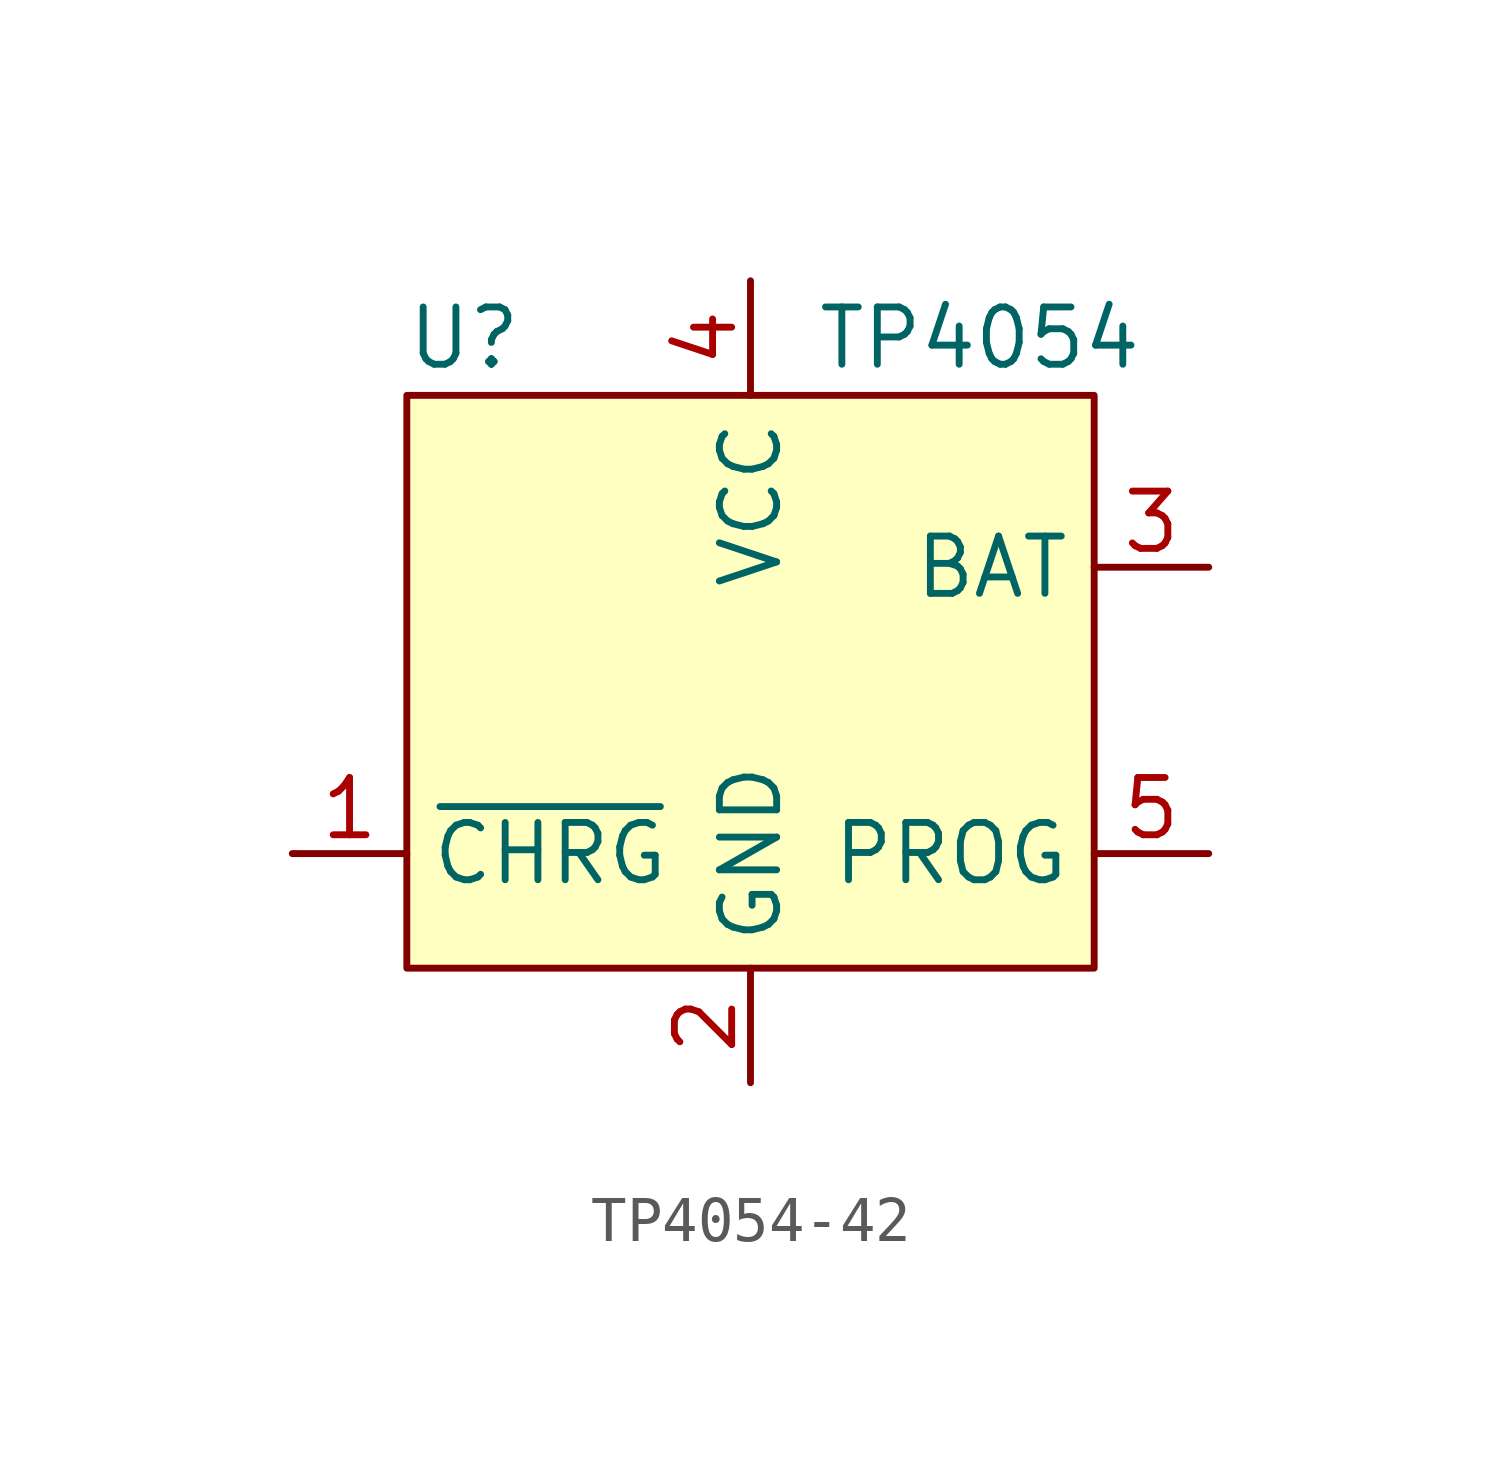
<source format=kicad_sym>
(kicad_symbol_lib
  (version 20220914)
  (generator kicad_symbol_editor)
  (symbol "TP4054-42"
    (property "Reference" "U"
      (at -6.35 7.62 0)
      (effects (font (size 1.27 1.27))))
    (property "Value" "TP4054"
      (at 5.08 7.62 0)
      (effects (font (size 1.27 1.27))))
    (symbol "TP4054-42_1_1"
      (rectangle (start -7.62 6.35) (end 7.62 -6.35) (stroke (width 0) (type default)) (fill (type background)))
      (pin open_collector line (at -10.16 -3.81 0) (length 2.54) (name "~{CHRG}" (effects (font (size 1.27 1.27)))) (number "1" (effects (font (size 1.27 1.27)))))
      (pin power_in line (at 0 -8.89 90) (length 2.54) (name "GND" (effects (font (size 1.27 1.27)))) (number "2" (effects (font (size 1.27 1.27)))))
      (pin power_out line (at 10.16 2.54 180) (length 2.54) (name "BAT" (effects (font (size 1.27 1.27)))) (number "3" (effects (font (size 1.27 1.27)))))
      (pin power_in line (at 0 8.89 270) (length 2.54) (name "VCC" (effects (font (size 1.27 1.27)))) (number "4" (effects (font (size 1.27 1.27)))))
      (pin passive line (at 10.16 -3.81 180) (length 2.54) (name "PROG" (effects (font (size 1.27 1.27)))) (number "5" (effects (font (size 1.27 1.27))))))))
</source>
